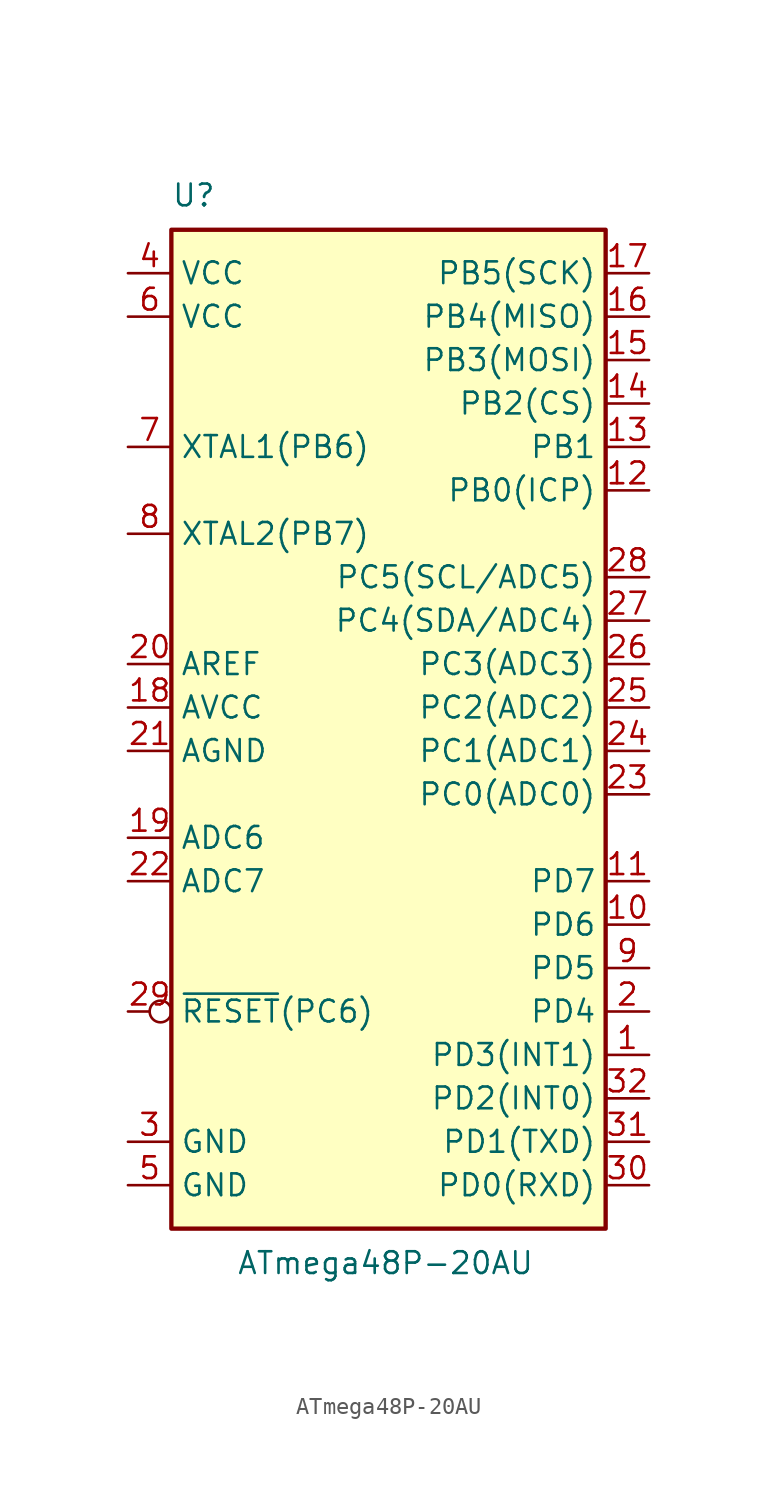
<source format=kicad_sym>
(kicad_symbol_lib
  (version 20220914)
  (generator kicad_symbol_editor)
  (symbol "ATmega48P-20AU"
    (property "Reference" "U"
      (at -12.7 30.48 0)
      (effects (font (size 1.27 1.27)) (justify left bottom)))
    (property "Value" "ATmega48P-20AU"
      (at -8.89 -30.48 0)
      (effects (font (size 1.27 1.27)) (justify left top)))
    (symbol "ATmega48P-20AU_0_1"
      (rectangle (start -12.7 -29.21) (end 12.7 29.21) (stroke (width 0.254) (type solid)) (fill (type background))))
    (symbol "ATmega48P-20AU_1_1"
      (pin tri_state line (at 15.24 -19.05 180) (length 2.54) (name "PD3(INT1)" (effects (font (size 1.27 1.27)))) (number "1" (effects (font (size 1.27 1.27)))))
      (pin tri_state line (at 15.24 -11.43 180) (length 2.54) (name "PD6" (effects (font (size 1.27 1.27)))) (number "10" (effects (font (size 1.27 1.27)))))
      (pin tri_state line (at 15.24 -8.89 180) (length 2.54) (name "PD7" (effects (font (size 1.27 1.27)))) (number "11" (effects (font (size 1.27 1.27)))))
      (pin tri_state line (at 15.24 13.97 180) (length 2.54) (name "PB0(ICP)" (effects (font (size 1.27 1.27)))) (number "12" (effects (font (size 1.27 1.27)))))
      (pin tri_state line (at 15.24 16.51 180) (length 2.54) (name "PB1" (effects (font (size 1.27 1.27)))) (number "13" (effects (font (size 1.27 1.27)))))
      (pin tri_state line (at 15.24 19.05 180) (length 2.54) (name "PB2(CS)" (effects (font (size 1.27 1.27)))) (number "14" (effects (font (size 1.27 1.27)))))
      (pin tri_state line (at 15.24 21.59 180) (length 2.54) (name "PB3(MOSI)" (effects (font (size 1.27 1.27)))) (number "15" (effects (font (size 1.27 1.27)))))
      (pin tri_state line (at 15.24 24.13 180) (length 2.54) (name "PB4(MISO)" (effects (font (size 1.27 1.27)))) (number "16" (effects (font (size 1.27 1.27)))))
      (pin tri_state line (at 15.24 26.67 180) (length 2.54) (name "PB5(SCK)" (effects (font (size 1.27 1.27)))) (number "17" (effects (font (size 1.27 1.27)))))
      (pin power_in line (at -15.24 1.27 0) (length 2.54) (name "AVCC" (effects (font (size 1.27 1.27)))) (number "18" (effects (font (size 1.27 1.27)))))
      (pin input line (at -15.24 -6.35 0) (length 2.54) (name "ADC6" (effects (font (size 1.27 1.27)))) (number "19" (effects (font (size 1.27 1.27)))))
      (pin tri_state line (at 15.24 -16.51 180) (length 2.54) (name "PD4" (effects (font (size 1.27 1.27)))) (number "2" (effects (font (size 1.27 1.27)))))
      (pin passive line (at -15.24 3.81 0) (length 2.54) (name "AREF" (effects (font (size 1.27 1.27)))) (number "20" (effects (font (size 1.27 1.27)))))
      (pin passive line (at -15.24 -1.27 0) (length 2.54) (name "AGND" (effects (font (size 1.27 1.27)))) (number "21" (effects (font (size 1.27 1.27)))))
      (pin input line (at -15.24 -8.89 0) (length 2.54) (name "ADC7" (effects (font (size 1.27 1.27)))) (number "22" (effects (font (size 1.27 1.27)))))
      (pin tri_state line (at 15.24 -3.81 180) (length 2.54) (name "PC0(ADC0)" (effects (font (size 1.27 1.27)))) (number "23" (effects (font (size 1.27 1.27)))))
      (pin tri_state line (at 15.24 -1.27 180) (length 2.54) (name "PC1(ADC1)" (effects (font (size 1.27 1.27)))) (number "24" (effects (font (size 1.27 1.27)))))
      (pin tri_state line (at 15.24 1.27 180) (length 2.54) (name "PC2(ADC2)" (effects (font (size 1.27 1.27)))) (number "25" (effects (font (size 1.27 1.27)))))
      (pin tri_state line (at 15.24 3.81 180) (length 2.54) (name "PC3(ADC3)" (effects (font (size 1.27 1.27)))) (number "26" (effects (font (size 1.27 1.27)))))
      (pin tri_state line (at 15.24 6.35 180) (length 2.54) (name "PC4(SDA/ADC4)" (effects (font (size 1.27 1.27)))) (number "27" (effects (font (size 1.27 1.27)))))
      (pin tri_state line (at 15.24 8.89 180) (length 2.54) (name "PC5(SCL/ADC5)" (effects (font (size 1.27 1.27)))) (number "28" (effects (font (size 1.27 1.27)))))
      (pin tri_state inverted (at -15.24 -16.51 0) (length 2.54) (name "~{RESET}(PC6)" (effects (font (size 1.27 1.27)))) (number "29" (effects (font (size 1.27 1.27)))))
      (pin power_in line (at -15.24 -24.13 0) (length 2.54) (name "GND" (effects (font (size 1.27 1.27)))) (number "3" (effects (font (size 1.27 1.27)))))
      (pin tri_state line (at 15.24 -26.67 180) (length 2.54) (name "PD0(RXD)" (effects (font (size 1.27 1.27)))) (number "30" (effects (font (size 1.27 1.27)))))
      (pin tri_state line (at 15.24 -24.13 180) (length 2.54) (name "PD1(TXD)" (effects (font (size 1.27 1.27)))) (number "31" (effects (font (size 1.27 1.27)))))
      (pin tri_state line (at 15.24 -21.59 180) (length 2.54) (name "PD2(INT0)" (effects (font (size 1.27 1.27)))) (number "32" (effects (font (size 1.27 1.27)))))
      (pin power_in line (at -15.24 26.67 0) (length 2.54) (name "VCC" (effects (font (size 1.27 1.27)))) (number "4" (effects (font (size 1.27 1.27)))))
      (pin passive line (at -15.24 -26.67 0) (length 2.54) (name "GND" (effects (font (size 1.27 1.27)))) (number "5" (effects (font (size 1.27 1.27)))))
      (pin passive line (at -15.24 24.13 0) (length 2.54) (name "VCC" (effects (font (size 1.27 1.27)))) (number "6" (effects (font (size 1.27 1.27)))))
      (pin tri_state line (at -15.24 16.51 0) (length 2.54) (name "XTAL1(PB6)" (effects (font (size 1.27 1.27)))) (number "7" (effects (font (size 1.27 1.27)))))
      (pin tri_state line (at -15.24 11.43 0) (length 2.54) (name "XTAL2(PB7)" (effects (font (size 1.27 1.27)))) (number "8" (effects (font (size 1.27 1.27)))))
      (pin tri_state line (at 15.24 -13.97 180) (length 2.54) (name "PD5" (effects (font (size 1.27 1.27)))) (number "9" (effects (font (size 1.27 1.27))))))))
</source>
